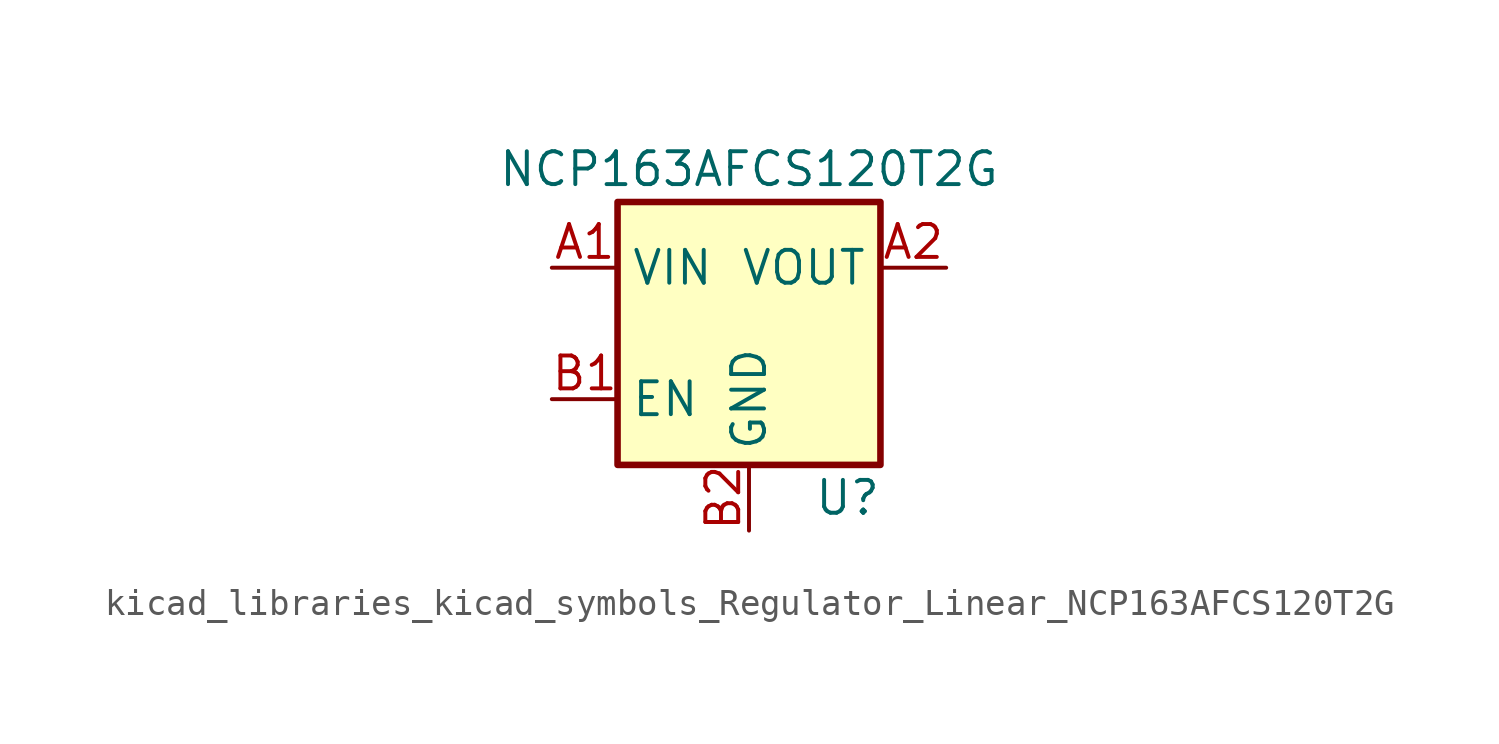
<source format=kicad_sym>
(kicad_symbol_lib
  (version 20220914)
  (generator kicad_symbol_editor)
  (symbol "kicad_libraries_kicad_symbols_Regulator_Linear_NCP163AFCS120T2G"
    (property "Reference" "U"
      (at 3.81 -6.35 0)
      (effects (font (size 1.27 1.27))))
    (property "Value" "NCP163AFCS120T2G"
      (at 0 6.35 0)
      (effects (font (size 1.27 1.27))))
    (symbol "kicad_libraries_kicad_symbols_Regulator_Linear_NCP163AFCS120T2G_0_1"
      (rectangle (start -5.08 5.08) (end 5.08 -5.08) (stroke (width 0.254) (type default)) (fill (type background))))
    (symbol "kicad_libraries_kicad_symbols_Regulator_Linear_NCP163AFCS120T2G_1_1"
      (pin power_in line (at -7.62 2.54 0) (length 2.54) (name "VIN" (effects (font (size 1.27 1.27)))) (number "A1" (effects (font (size 1.27 1.27)))))
      (pin power_out line (at 7.62 2.54 180) (length 2.54) (name "VOUT" (effects (font (size 1.27 1.27)))) (number "A2" (effects (font (size 1.27 1.27)))))
      (pin input line (at -7.62 -2.54 0) (length 2.54) (name "EN" (effects (font (size 1.27 1.27)))) (number "B1" (effects (font (size 1.27 1.27)))))
      (pin power_in line (at 0 -7.62 90) (length 2.54) (name "GND" (effects (font (size 1.27 1.27)))) (number "B2" (effects (font (size 1.27 1.27))))))))
</source>
